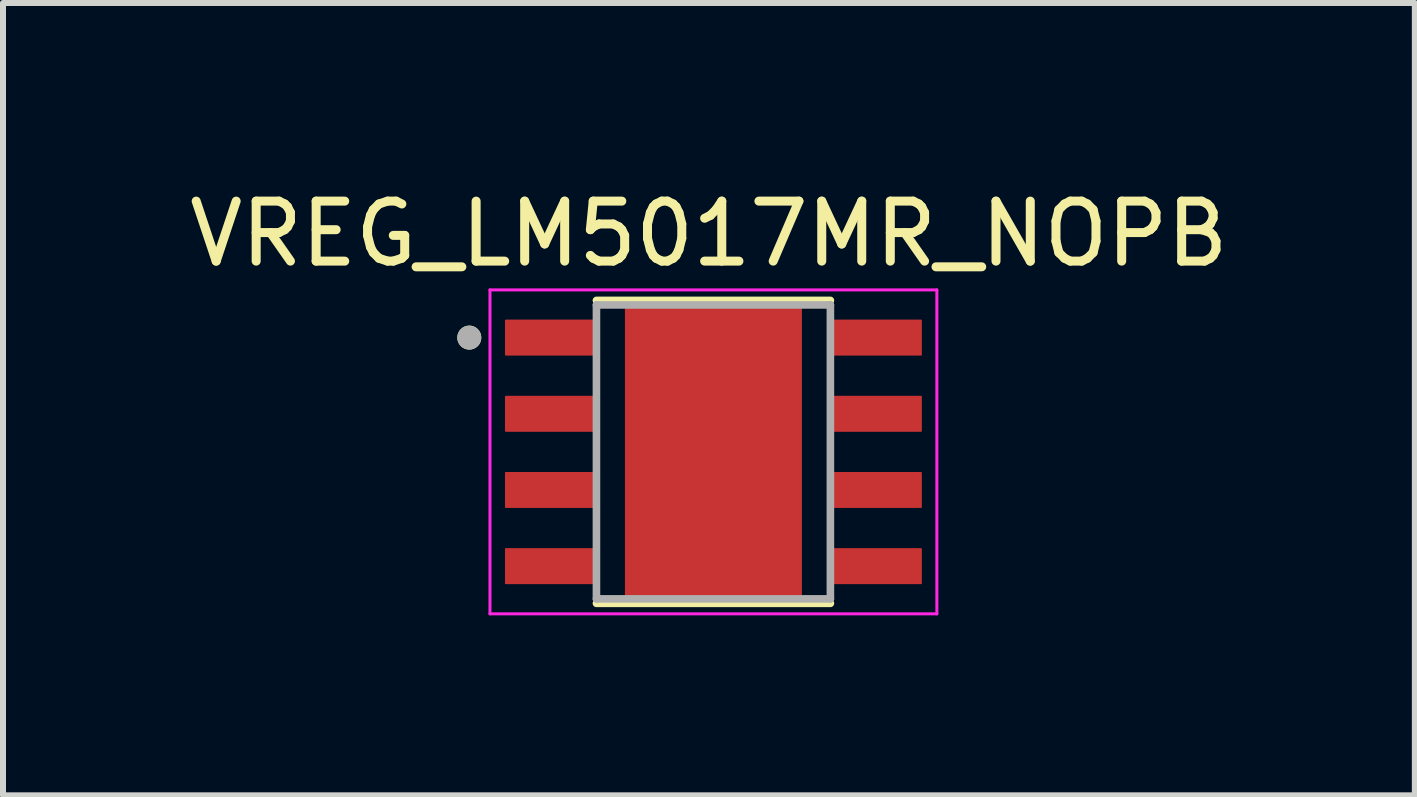
<source format=kicad_pcb>
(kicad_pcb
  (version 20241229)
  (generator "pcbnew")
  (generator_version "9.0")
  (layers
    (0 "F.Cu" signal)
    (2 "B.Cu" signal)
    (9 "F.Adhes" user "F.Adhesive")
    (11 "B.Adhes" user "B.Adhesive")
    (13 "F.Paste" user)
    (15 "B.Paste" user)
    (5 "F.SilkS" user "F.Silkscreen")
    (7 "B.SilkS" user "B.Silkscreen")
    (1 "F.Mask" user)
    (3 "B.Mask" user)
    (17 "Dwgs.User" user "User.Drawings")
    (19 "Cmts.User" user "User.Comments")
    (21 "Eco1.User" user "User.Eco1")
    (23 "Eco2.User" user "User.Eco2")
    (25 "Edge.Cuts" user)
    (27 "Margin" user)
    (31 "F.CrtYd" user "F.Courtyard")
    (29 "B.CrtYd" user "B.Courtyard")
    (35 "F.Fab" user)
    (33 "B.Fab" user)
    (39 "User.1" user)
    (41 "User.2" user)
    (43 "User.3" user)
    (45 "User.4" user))
  (footprint "VREG_LM5017MR_NOPB"
    (layer "F.Cu")
    (at 8.843 4.483)
    (property "Reference" "VREG_LM5017MR_NOPB" (at -0.075 -3.635 0) (layer "F.SilkS") (effects (font (size 1 1) (thickness 0.15))))
    (attr smd)
    (fp_poly (pts (xy -1.355 -1.7) (xy 1.355 -1.7) (xy 1.355 1.7) (xy -1.355 1.7)) (stroke (width 0.01) (type solid)) (fill yes) (layer "F.Mask"))
    (fp_poly (pts (xy -1.905 -1.535) (xy -3.495 -1.535) (xy -3.498 -1.535) (xy -3.5 -1.535) (xy -3.503 -1.536) (xy -3.505 -1.536) (xy -3.508 -1.537) (xy -3.51 -1.537) (xy -3.513 -1.538) (xy -3.515 -1.539) (xy -3.518 -1.54) (xy -3.52 -1.542) (xy -3.522 -1.543) (xy -3.524 -1.545) (xy -3.526 -1.546) (xy -3.528 -1.548) (xy -3.53 -1.55) (xy -3.532 -1.552) (xy -3.534 -1.554) (xy -3.535 -1.556) (xy -3.537 -1.558) (xy -3.538 -1.56) (xy -3.54 -1.562) (xy -3.541 -1.565) (xy -3.542 -1.567) (xy -3.543 -1.57) (xy -3.543 -1.572) (xy -3.544 -1.575) (xy -3.544 -1.577) (xy -3.545 -1.58) (xy -3.545 -1.582) (xy -3.545 -1.585) (xy -3.545 -2.225) (xy -3.545 -2.228) (xy -3.545 -2.23) (xy -3.544 -2.233) (xy -3.544 -2.235) (xy -3.543 -2.238) (xy -3.543 -2.24) (xy -3.542 -2.243) (xy -3.541 -2.245) (xy -3.54 -2.248) (xy -3.538 -2.25) (xy -3.537 -2.252) (xy -3.535 -2.254) (xy -3.534 -2.256) (xy -3.532 -2.258) (xy -3.53 -2.26) (xy -3.528 -2.262) (xy -3.526 -2.264) (xy -3.524 -2.265) (xy -3.522 -2.267) (xy -3.52 -2.268) (xy -3.518 -2.27) (xy -3.515 -2.271) (xy -3.513 -2.272) (xy -3.51 -2.273) (xy -3.508 -2.273) (xy -3.505 -2.274) (xy -3.503 -2.274) (xy -3.5 -2.275) (xy -3.498 -2.275) (xy -3.495 -2.275) (xy -1.905 -2.275) (xy -1.902 -2.275) (xy -1.9 -2.275) (xy -1.897 -2.274) (xy -1.895 -2.274) (xy -1.892 -2.273) (xy -1.89 -2.273) (xy -1.887 -2.272) (xy -1.885 -2.271) (xy -1.882 -2.27) (xy -1.88 -2.268) (xy -1.878 -2.267) (xy -1.876 -2.265) (xy -1.874 -2.264) (xy -1.872 -2.262) (xy -1.87 -2.26) (xy -1.868 -2.258) (xy -1.866 -2.256) (xy -1.865 -2.254) (xy -1.863 -2.252) (xy -1.862 -2.25) (xy -1.86 -2.248) (xy -1.859 -2.245) (xy -1.858 -2.243) (xy -1.857 -2.24) (xy -1.857 -2.238) (xy -1.856 -2.235) (xy -1.856 -2.233) (xy -1.855 -2.23) (xy -1.855 -2.228) (xy -1.855 -2.225) (xy -1.855 -1.585) (xy -1.855 -1.582) (xy -1.855 -1.58) (xy -1.856 -1.577) (xy -1.856 -1.575) (xy -1.857 -1.572) (xy -1.857 -1.57) (xy -1.858 -1.567) (xy -1.859 -1.565) (xy -1.86 -1.562) (xy -1.862 -1.56) (xy -1.863 -1.558) (xy -1.865 -1.556) (xy -1.866 -1.554) (xy -1.868 -1.552) (xy -1.87 -1.55) (xy -1.872 -1.548) (xy -1.874 -1.546) (xy -1.876 -1.545) (xy -1.878 -1.543) (xy -1.88 -1.542) (xy -1.882 -1.54) (xy -1.885 -1.539) (xy -1.887 -1.538) (xy -1.89 -1.537) (xy -1.892 -1.537) (xy -1.895 -1.536) (xy -1.897 -1.536) (xy -1.9 -1.535) (xy -1.902 -1.535) (xy -1.905 -1.535)) (stroke (width 0.01) (type solid)) (fill yes) (layer "F.Mask"))
    (fp_poly (pts (xy -1.905 -0.265) (xy -3.495 -0.265) (xy -3.498 -0.265) (xy -3.5 -0.265) (xy -3.503 -0.266) (xy -3.505 -0.266) (xy -3.508 -0.267) (xy -3.51 -0.267) (xy -3.513 -0.268) (xy -3.515 -0.269) (xy -3.518 -0.27) (xy -3.52 -0.272) (xy -3.522 -0.273) (xy -3.524 -0.275) (xy -3.526 -0.276) (xy -3.528 -0.278) (xy -3.53 -0.28) (xy -3.532 -0.282) (xy -3.534 -0.284) (xy -3.535 -0.286) (xy -3.537 -0.288) (xy -3.538 -0.29) (xy -3.54 -0.292) (xy -3.541 -0.295) (xy -3.542 -0.297) (xy -3.543 -0.3) (xy -3.543 -0.302) (xy -3.544 -0.305) (xy -3.544 -0.307) (xy -3.545 -0.31) (xy -3.545 -0.312) (xy -3.545 -0.315) (xy -3.545 -0.955) (xy -3.545 -0.958) (xy -3.545 -0.96) (xy -3.544 -0.963) (xy -3.544 -0.965) (xy -3.543 -0.968) (xy -3.543 -0.97) (xy -3.542 -0.973) (xy -3.541 -0.975) (xy -3.54 -0.978) (xy -3.538 -0.98) (xy -3.537 -0.982) (xy -3.535 -0.984) (xy -3.534 -0.986) (xy -3.532 -0.988) (xy -3.53 -0.99) (xy -3.528 -0.992) (xy -3.526 -0.994) (xy -3.524 -0.995) (xy -3.522 -0.997) (xy -3.52 -0.998) (xy -3.518 -1) (xy -3.515 -1.001) (xy -3.513 -1.002) (xy -3.51 -1.003) (xy -3.508 -1.003) (xy -3.505 -1.004) (xy -3.503 -1.004) (xy -3.5 -1.005) (xy -3.498 -1.005) (xy -3.495 -1.005) (xy -1.905 -1.005) (xy -1.902 -1.005) (xy -1.9 -1.005) (xy -1.897 -1.004) (xy -1.895 -1.004) (xy -1.892 -1.003) (xy -1.89 -1.003) (xy -1.887 -1.002) (xy -1.885 -1.001) (xy -1.882 -1) (xy -1.88 -0.998) (xy -1.878 -0.997) (xy -1.876 -0.995) (xy -1.874 -0.994) (xy -1.872 -0.992) (xy -1.87 -0.99) (xy -1.868 -0.988) (xy -1.866 -0.986) (xy -1.865 -0.984) (xy -1.863 -0.982) (xy -1.862 -0.98) (xy -1.86 -0.978) (xy -1.859 -0.975) (xy -1.858 -0.973) (xy -1.857 -0.97) (xy -1.857 -0.968) (xy -1.856 -0.965) (xy -1.856 -0.963) (xy -1.855 -0.96) (xy -1.855 -0.958) (xy -1.855 -0.955) (xy -1.855 -0.315) (xy -1.855 -0.312) (xy -1.855 -0.31) (xy -1.856 -0.307) (xy -1.856 -0.305) (xy -1.857 -0.302) (xy -1.857 -0.3) (xy -1.858 -0.297) (xy -1.859 -0.295) (xy -1.86 -0.292) (xy -1.862 -0.29) (xy -1.863 -0.288) (xy -1.865 -0.286) (xy -1.866 -0.284) (xy -1.868 -0.282) (xy -1.87 -0.28) (xy -1.872 -0.278) (xy -1.874 -0.276) (xy -1.876 -0.275) (xy -1.878 -0.273) (xy -1.88 -0.272) (xy -1.882 -0.27) (xy -1.885 -0.269) (xy -1.887 -0.268) (xy -1.89 -0.267) (xy -1.892 -0.267) (xy -1.895 -0.266) (xy -1.897 -0.266) (xy -1.9 -0.265) (xy -1.902 -0.265) (xy -1.905 -0.265)) (stroke (width 0.01) (type solid)) (fill yes) (layer "F.Mask"))
    (fp_poly (pts (xy -1.905 1.005) (xy -3.495 1.005) (xy -3.498 1.005) (xy -3.5 1.005) (xy -3.503 1.004) (xy -3.505 1.004) (xy -3.508 1.003) (xy -3.51 1.003) (xy -3.513 1.002) (xy -3.515 1.001) (xy -3.518 1) (xy -3.52 0.998) (xy -3.522 0.997) (xy -3.524 0.995) (xy -3.526 0.994) (xy -3.528 0.992) (xy -3.53 0.99) (xy -3.532 0.988) (xy -3.534 0.986) (xy -3.535 0.984) (xy -3.537 0.982) (xy -3.538 0.98) (xy -3.54 0.978) (xy -3.541 0.975) (xy -3.542 0.973) (xy -3.543 0.97) (xy -3.543 0.968) (xy -3.544 0.965) (xy -3.544 0.963) (xy -3.545 0.96) (xy -3.545 0.958) (xy -3.545 0.955) (xy -3.545 0.315) (xy -3.545 0.312) (xy -3.545 0.31) (xy -3.544 0.307) (xy -3.544 0.305) (xy -3.543 0.302) (xy -3.543 0.3) (xy -3.542 0.297) (xy -3.541 0.295) (xy -3.54 0.292) (xy -3.538 0.29) (xy -3.537 0.288) (xy -3.535 0.286) (xy -3.534 0.284) (xy -3.532 0.282) (xy -3.53 0.28) (xy -3.528 0.278) (xy -3.526 0.276) (xy -3.524 0.275) (xy -3.522 0.273) (xy -3.52 0.272) (xy -3.518 0.27) (xy -3.515 0.269) (xy -3.513 0.268) (xy -3.51 0.267) (xy -3.508 0.267) (xy -3.505 0.266) (xy -3.503 0.266) (xy -3.5 0.265) (xy -3.498 0.265) (xy -3.495 0.265) (xy -1.905 0.265) (xy -1.902 0.265) (xy -1.9 0.265) (xy -1.897 0.266) (xy -1.895 0.266) (xy -1.892 0.267) (xy -1.89 0.267) (xy -1.887 0.268) (xy -1.885 0.269) (xy -1.882 0.27) (xy -1.88 0.272) (xy -1.878 0.273) (xy -1.876 0.275) (xy -1.874 0.276) (xy -1.872 0.278) (xy -1.87 0.28) (xy -1.868 0.282) (xy -1.866 0.284) (xy -1.865 0.286) (xy -1.863 0.288) (xy -1.862 0.29) (xy -1.86 0.292) (xy -1.859 0.295) (xy -1.858 0.297) (xy -1.857 0.3) (xy -1.857 0.302) (xy -1.856 0.305) (xy -1.856 0.307) (xy -1.855 0.31) (xy -1.855 0.312) (xy -1.855 0.315) (xy -1.855 0.955) (xy -1.855 0.958) (xy -1.855 0.96) (xy -1.856 0.963) (xy -1.856 0.965) (xy -1.857 0.968) (xy -1.857 0.97) (xy -1.858 0.973) (xy -1.859 0.975) (xy -1.86 0.978) (xy -1.862 0.98) (xy -1.863 0.982) (xy -1.865 0.984) (xy -1.866 0.986) (xy -1.868 0.988) (xy -1.87 0.99) (xy -1.872 0.992) (xy -1.874 0.994) (xy -1.876 0.995) (xy -1.878 0.997) (xy -1.88 0.998) (xy -1.882 1) (xy -1.885 1.001) (xy -1.887 1.002) (xy -1.89 1.003) (xy -1.892 1.003) (xy -1.895 1.004) (xy -1.897 1.004) (xy -1.9 1.005) (xy -1.902 1.005) (xy -1.905 1.005)) (stroke (width 0.01) (type solid)) (fill yes) (layer "F.Mask"))
    (fp_poly (pts (xy -1.905 2.275) (xy -3.495 2.275) (xy -3.498 2.275) (xy -3.5 2.275) (xy -3.503 2.274) (xy -3.505 2.274) (xy -3.508 2.273) (xy -3.51 2.273) (xy -3.513 2.272) (xy -3.515 2.271) (xy -3.518 2.27) (xy -3.52 2.268) (xy -3.522 2.267) (xy -3.524 2.265) (xy -3.526 2.264) (xy -3.528 2.262) (xy -3.53 2.26) (xy -3.532 2.258) (xy -3.534 2.256) (xy -3.535 2.254) (xy -3.537 2.252) (xy -3.538 2.25) (xy -3.54 2.248) (xy -3.541 2.245) (xy -3.542 2.243) (xy -3.543 2.24) (xy -3.543 2.238) (xy -3.544 2.235) (xy -3.544 2.233) (xy -3.545 2.23) (xy -3.545 2.228) (xy -3.545 2.225) (xy -3.545 1.585) (xy -3.545 1.582) (xy -3.545 1.58) (xy -3.544 1.577) (xy -3.544 1.575) (xy -3.543 1.572) (xy -3.543 1.57) (xy -3.542 1.567) (xy -3.541 1.565) (xy -3.54 1.562) (xy -3.538 1.56) (xy -3.537 1.558) (xy -3.535 1.556) (xy -3.534 1.554) (xy -3.532 1.552) (xy -3.53 1.55) (xy -3.528 1.548) (xy -3.526 1.546) (xy -3.524 1.545) (xy -3.522 1.543) (xy -3.52 1.542) (xy -3.518 1.54) (xy -3.515 1.539) (xy -3.513 1.538) (xy -3.51 1.537) (xy -3.508 1.537) (xy -3.505 1.536) (xy -3.503 1.536) (xy -3.5 1.535) (xy -3.498 1.535) (xy -3.495 1.535) (xy -1.905 1.535) (xy -1.902 1.535) (xy -1.9 1.535) (xy -1.897 1.536) (xy -1.895 1.536) (xy -1.892 1.537) (xy -1.89 1.537) (xy -1.887 1.538) (xy -1.885 1.539) (xy -1.882 1.54) (xy -1.88 1.542) (xy -1.878 1.543) (xy -1.876 1.545) (xy -1.874 1.546) (xy -1.872 1.548) (xy -1.87 1.55) (xy -1.868 1.552) (xy -1.866 1.554) (xy -1.865 1.556) (xy -1.863 1.558) (xy -1.862 1.56) (xy -1.86 1.562) (xy -1.859 1.565) (xy -1.858 1.567) (xy -1.857 1.57) (xy -1.857 1.572) (xy -1.856 1.575) (xy -1.856 1.577) (xy -1.855 1.58) (xy -1.855 1.582) (xy -1.855 1.585) (xy -1.855 2.225) (xy -1.855 2.228) (xy -1.855 2.23) (xy -1.856 2.233) (xy -1.856 2.235) (xy -1.857 2.238) (xy -1.857 2.24) (xy -1.858 2.243) (xy -1.859 2.245) (xy -1.86 2.248) (xy -1.862 2.25) (xy -1.863 2.252) (xy -1.865 2.254) (xy -1.866 2.256) (xy -1.868 2.258) (xy -1.87 2.26) (xy -1.872 2.262) (xy -1.874 2.264) (xy -1.876 2.265) (xy -1.878 2.267) (xy -1.88 2.268) (xy -1.882 2.27) (xy -1.885 2.271) (xy -1.887 2.272) (xy -1.89 2.273) (xy -1.892 2.273) (xy -1.895 2.274) (xy -1.897 2.274) (xy -1.9 2.275) (xy -1.902 2.275) (xy -1.905 2.275)) (stroke (width 0.01) (type solid)) (fill yes) (layer "F.Mask"))
    (fp_poly (pts (xy 3.495 -1.535) (xy 1.905 -1.535) (xy 1.902 -1.535) (xy 1.9 -1.535) (xy 1.897 -1.536) (xy 1.895 -1.536) (xy 1.892 -1.537) (xy 1.89 -1.537) (xy 1.887 -1.538) (xy 1.885 -1.539) (xy 1.882 -1.54) (xy 1.88 -1.542) (xy 1.878 -1.543) (xy 1.876 -1.545) (xy 1.874 -1.546) (xy 1.872 -1.548) (xy 1.87 -1.55) (xy 1.868 -1.552) (xy 1.866 -1.554) (xy 1.865 -1.556) (xy 1.863 -1.558) (xy 1.862 -1.56) (xy 1.86 -1.562) (xy 1.859 -1.565) (xy 1.858 -1.567) (xy 1.857 -1.57) (xy 1.857 -1.572) (xy 1.856 -1.575) (xy 1.856 -1.577) (xy 1.855 -1.58) (xy 1.855 -1.582) (xy 1.855 -1.585) (xy 1.855 -2.225) (xy 1.855 -2.228) (xy 1.855 -2.23) (xy 1.856 -2.233) (xy 1.856 -2.235) (xy 1.857 -2.238) (xy 1.857 -2.24) (xy 1.858 -2.243) (xy 1.859 -2.245) (xy 1.86 -2.248) (xy 1.862 -2.25) (xy 1.863 -2.252) (xy 1.865 -2.254) (xy 1.866 -2.256) (xy 1.868 -2.258) (xy 1.87 -2.26) (xy 1.872 -2.262) (xy 1.874 -2.264) (xy 1.876 -2.265) (xy 1.878 -2.267) (xy 1.88 -2.268) (xy 1.882 -2.27) (xy 1.885 -2.271) (xy 1.887 -2.272) (xy 1.89 -2.273) (xy 1.892 -2.273) (xy 1.895 -2.274) (xy 1.897 -2.274) (xy 1.9 -2.275) (xy 1.902 -2.275) (xy 1.905 -2.275) (xy 3.495 -2.275) (xy 3.498 -2.275) (xy 3.5 -2.275) (xy 3.503 -2.274) (xy 3.505 -2.274) (xy 3.508 -2.273) (xy 3.51 -2.273) (xy 3.513 -2.272) (xy 3.515 -2.271) (xy 3.518 -2.27) (xy 3.52 -2.268) (xy 3.522 -2.267) (xy 3.524 -2.265) (xy 3.526 -2.264) (xy 3.528 -2.262) (xy 3.53 -2.26) (xy 3.532 -2.258) (xy 3.534 -2.256) (xy 3.535 -2.254) (xy 3.537 -2.252) (xy 3.538 -2.25) (xy 3.54 -2.248) (xy 3.541 -2.245) (xy 3.542 -2.243) (xy 3.543 -2.24) (xy 3.543 -2.238) (xy 3.544 -2.235) (xy 3.544 -2.233) (xy 3.545 -2.23) (xy 3.545 -2.228) (xy 3.545 -2.225) (xy 3.545 -1.585) (xy 3.545 -1.582) (xy 3.545 -1.58) (xy 3.544 -1.577) (xy 3.544 -1.575) (xy 3.543 -1.572) (xy 3.543 -1.57) (xy 3.542 -1.567) (xy 3.541 -1.565) (xy 3.54 -1.562) (xy 3.538 -1.56) (xy 3.537 -1.558) (xy 3.535 -1.556) (xy 3.534 -1.554) (xy 3.532 -1.552) (xy 3.53 -1.55) (xy 3.528 -1.548) (xy 3.526 -1.546) (xy 3.524 -1.545) (xy 3.522 -1.543) (xy 3.52 -1.542) (xy 3.518 -1.54) (xy 3.515 -1.539) (xy 3.513 -1.538) (xy 3.51 -1.537) (xy 3.508 -1.537) (xy 3.505 -1.536) (xy 3.503 -1.536) (xy 3.5 -1.535) (xy 3.498 -1.535) (xy 3.495 -1.535)) (stroke (width 0.01) (type solid)) (fill yes) (layer "F.Mask"))
    (fp_poly (pts (xy 3.495 -0.265) (xy 1.905 -0.265) (xy 1.902 -0.265) (xy 1.9 -0.265) (xy 1.897 -0.266) (xy 1.895 -0.266) (xy 1.892 -0.267) (xy 1.89 -0.267) (xy 1.887 -0.268) (xy 1.885 -0.269) (xy 1.882 -0.27) (xy 1.88 -0.272) (xy 1.878 -0.273) (xy 1.876 -0.275) (xy 1.874 -0.276) (xy 1.872 -0.278) (xy 1.87 -0.28) (xy 1.868 -0.282) (xy 1.866 -0.284) (xy 1.865 -0.286) (xy 1.863 -0.288) (xy 1.862 -0.29) (xy 1.86 -0.292) (xy 1.859 -0.295) (xy 1.858 -0.297) (xy 1.857 -0.3) (xy 1.857 -0.302) (xy 1.856 -0.305) (xy 1.856 -0.307) (xy 1.855 -0.31) (xy 1.855 -0.312) (xy 1.855 -0.315) (xy 1.855 -0.955) (xy 1.855 -0.958) (xy 1.855 -0.96) (xy 1.856 -0.963) (xy 1.856 -0.965) (xy 1.857 -0.968) (xy 1.857 -0.97) (xy 1.858 -0.973) (xy 1.859 -0.975) (xy 1.86 -0.978) (xy 1.862 -0.98) (xy 1.863 -0.982) (xy 1.865 -0.984) (xy 1.866 -0.986) (xy 1.868 -0.988) (xy 1.87 -0.99) (xy 1.872 -0.992) (xy 1.874 -0.994) (xy 1.876 -0.995) (xy 1.878 -0.997) (xy 1.88 -0.998) (xy 1.882 -1) (xy 1.885 -1.001) (xy 1.887 -1.002) (xy 1.89 -1.003) (xy 1.892 -1.003) (xy 1.895 -1.004) (xy 1.897 -1.004) (xy 1.9 -1.005) (xy 1.902 -1.005) (xy 1.905 -1.005) (xy 3.495 -1.005) (xy 3.498 -1.005) (xy 3.5 -1.005) (xy 3.503 -1.004) (xy 3.505 -1.004) (xy 3.508 -1.003) (xy 3.51 -1.003) (xy 3.513 -1.002) (xy 3.515 -1.001) (xy 3.518 -1) (xy 3.52 -0.998) (xy 3.522 -0.997) (xy 3.524 -0.995) (xy 3.526 -0.994) (xy 3.528 -0.992) (xy 3.53 -0.99) (xy 3.532 -0.988) (xy 3.534 -0.986) (xy 3.535 -0.984) (xy 3.537 -0.982) (xy 3.538 -0.98) (xy 3.54 -0.978) (xy 3.541 -0.975) (xy 3.542 -0.973) (xy 3.543 -0.97) (xy 3.543 -0.968) (xy 3.544 -0.965) (xy 3.544 -0.963) (xy 3.545 -0.96) (xy 3.545 -0.958) (xy 3.545 -0.955) (xy 3.545 -0.315) (xy 3.545 -0.312) (xy 3.545 -0.31) (xy 3.544 -0.307) (xy 3.544 -0.305) (xy 3.543 -0.302) (xy 3.543 -0.3) (xy 3.542 -0.297) (xy 3.541 -0.295) (xy 3.54 -0.292) (xy 3.538 -0.29) (xy 3.537 -0.288) (xy 3.535 -0.286) (xy 3.534 -0.284) (xy 3.532 -0.282) (xy 3.53 -0.28) (xy 3.528 -0.278) (xy 3.526 -0.276) (xy 3.524 -0.275) (xy 3.522 -0.273) (xy 3.52 -0.272) (xy 3.518 -0.27) (xy 3.515 -0.269) (xy 3.513 -0.268) (xy 3.51 -0.267) (xy 3.508 -0.267) (xy 3.505 -0.266) (xy 3.503 -0.266) (xy 3.5 -0.265) (xy 3.498 -0.265) (xy 3.495 -0.265)) (stroke (width 0.01) (type solid)) (fill yes) (layer "F.Mask"))
    (fp_poly (pts (xy 3.495 1.005) (xy 1.905 1.005) (xy 1.902 1.005) (xy 1.9 1.005) (xy 1.897 1.004) (xy 1.895 1.004) (xy 1.892 1.003) (xy 1.89 1.003) (xy 1.887 1.002) (xy 1.885 1.001) (xy 1.882 1) (xy 1.88 0.998) (xy 1.878 0.997) (xy 1.876 0.995) (xy 1.874 0.994) (xy 1.872 0.992) (xy 1.87 0.99) (xy 1.868 0.988) (xy 1.866 0.986) (xy 1.865 0.984) (xy 1.863 0.982) (xy 1.862 0.98) (xy 1.86 0.978) (xy 1.859 0.975) (xy 1.858 0.973) (xy 1.857 0.97) (xy 1.857 0.968) (xy 1.856 0.965) (xy 1.856 0.963) (xy 1.855 0.96) (xy 1.855 0.958) (xy 1.855 0.955) (xy 1.855 0.315) (xy 1.855 0.312) (xy 1.855 0.31) (xy 1.856 0.307) (xy 1.856 0.305) (xy 1.857 0.302) (xy 1.857 0.3) (xy 1.858 0.297) (xy 1.859 0.295) (xy 1.86 0.292) (xy 1.862 0.29) (xy 1.863 0.288) (xy 1.865 0.286) (xy 1.866 0.284) (xy 1.868 0.282) (xy 1.87 0.28) (xy 1.872 0.278) (xy 1.874 0.276) (xy 1.876 0.275) (xy 1.878 0.273) (xy 1.88 0.272) (xy 1.882 0.27) (xy 1.885 0.269) (xy 1.887 0.268) (xy 1.89 0.267) (xy 1.892 0.267) (xy 1.895 0.266) (xy 1.897 0.266) (xy 1.9 0.265) (xy 1.902 0.265) (xy 1.905 0.265) (xy 3.495 0.265) (xy 3.498 0.265) (xy 3.5 0.265) (xy 3.503 0.266) (xy 3.505 0.266) (xy 3.508 0.267) (xy 3.51 0.267) (xy 3.513 0.268) (xy 3.515 0.269) (xy 3.518 0.27) (xy 3.52 0.272) (xy 3.522 0.273) (xy 3.524 0.275) (xy 3.526 0.276) (xy 3.528 0.278) (xy 3.53 0.28) (xy 3.532 0.282) (xy 3.534 0.284) (xy 3.535 0.286) (xy 3.537 0.288) (xy 3.538 0.29) (xy 3.54 0.292) (xy 3.541 0.295) (xy 3.542 0.297) (xy 3.543 0.3) (xy 3.543 0.302) (xy 3.544 0.305) (xy 3.544 0.307) (xy 3.545 0.31) (xy 3.545 0.312) (xy 3.545 0.315) (xy 3.545 0.955) (xy 3.545 0.958) (xy 3.545 0.96) (xy 3.544 0.963) (xy 3.544 0.965) (xy 3.543 0.968) (xy 3.543 0.97) (xy 3.542 0.973) (xy 3.541 0.975) (xy 3.54 0.978) (xy 3.538 0.98) (xy 3.537 0.982) (xy 3.535 0.984) (xy 3.534 0.986) (xy 3.532 0.988) (xy 3.53 0.99) (xy 3.528 0.992) (xy 3.526 0.994) (xy 3.524 0.995) (xy 3.522 0.997) (xy 3.52 0.998) (xy 3.518 1) (xy 3.515 1.001) (xy 3.513 1.002) (xy 3.51 1.003) (xy 3.508 1.003) (xy 3.505 1.004) (xy 3.503 1.004) (xy 3.5 1.005) (xy 3.498 1.005) (xy 3.495 1.005)) (stroke (width 0.01) (type solid)) (fill yes) (layer "F.Mask"))
    (fp_poly (pts (xy 3.495 2.275) (xy 1.905 2.275) (xy 1.902 2.275) (xy 1.9 2.275) (xy 1.897 2.274) (xy 1.895 2.274) (xy 1.892 2.273) (xy 1.89 2.273) (xy 1.887 2.272) (xy 1.885 2.271) (xy 1.882 2.27) (xy 1.88 2.268) (xy 1.878 2.267) (xy 1.876 2.265) (xy 1.874 2.264) (xy 1.872 2.262) (xy 1.87 2.26) (xy 1.868 2.258) (xy 1.866 2.256) (xy 1.865 2.254) (xy 1.863 2.252) (xy 1.862 2.25) (xy 1.86 2.248) (xy 1.859 2.245) (xy 1.858 2.243) (xy 1.857 2.24) (xy 1.857 2.238) (xy 1.856 2.235) (xy 1.856 2.233) (xy 1.855 2.23) (xy 1.855 2.228) (xy 1.855 2.225) (xy 1.855 1.585) (xy 1.855 1.582) (xy 1.855 1.58) (xy 1.856 1.577) (xy 1.856 1.575) (xy 1.857 1.572) (xy 1.857 1.57) (xy 1.858 1.567) (xy 1.859 1.565) (xy 1.86 1.562) (xy 1.862 1.56) (xy 1.863 1.558) (xy 1.865 1.556) (xy 1.866 1.554) (xy 1.868 1.552) (xy 1.87 1.55) (xy 1.872 1.548) (xy 1.874 1.546) (xy 1.876 1.545) (xy 1.878 1.543) (xy 1.88 1.542) (xy 1.882 1.54) (xy 1.885 1.539) (xy 1.887 1.538) (xy 1.89 1.537) (xy 1.892 1.537) (xy 1.895 1.536) (xy 1.897 1.536) (xy 1.9 1.535) (xy 1.902 1.535) (xy 1.905 1.535) (xy 3.495 1.535) (xy 3.498 1.535) (xy 3.5 1.535) (xy 3.503 1.536) (xy 3.505 1.536) (xy 3.508 1.537) (xy 3.51 1.537) (xy 3.513 1.538) (xy 3.515 1.539) (xy 3.518 1.54) (xy 3.52 1.542) (xy 3.522 1.543) (xy 3.524 1.545) (xy 3.526 1.546) (xy 3.528 1.548) (xy 3.53 1.55) (xy 3.532 1.552) (xy 3.534 1.554) (xy 3.535 1.556) (xy 3.537 1.558) (xy 3.538 1.56) (xy 3.54 1.562) (xy 3.541 1.565) (xy 3.542 1.567) (xy 3.543 1.57) (xy 3.543 1.572) (xy 3.544 1.575) (xy 3.544 1.577) (xy 3.545 1.58) (xy 3.545 1.582) (xy 3.545 1.585) (xy 3.545 2.225) (xy 3.545 2.228) (xy 3.545 2.23) (xy 3.544 2.233) (xy 3.544 2.235) (xy 3.543 2.238) (xy 3.543 2.24) (xy 3.542 2.243) (xy 3.541 2.245) (xy 3.54 2.248) (xy 3.538 2.25) (xy 3.537 2.252) (xy 3.535 2.254) (xy 3.534 2.256) (xy 3.532 2.258) (xy 3.53 2.26) (xy 3.528 2.262) (xy 3.526 2.264) (xy 3.524 2.265) (xy 3.522 2.267) (xy 3.52 2.268) (xy 3.518 2.27) (xy 3.515 2.271) (xy 3.513 2.272) (xy 3.51 2.273) (xy 3.508 2.273) (xy 3.505 2.274) (xy 3.503 2.274) (xy 3.5 2.275) (xy 3.498 2.275) (xy 3.495 2.275)) (stroke (width 0.01) (type solid)) (fill yes) (layer "F.Mask"))
    (fp_line (start -1.95 -2.525) (end 1.95 -2.525) (stroke (width 0.127) (type solid)) (layer "F.SilkS"))
    (fp_line (start -1.95 2.525) (end 1.95 2.525) (stroke (width 0.127) (type solid)) (layer "F.SilkS"))
    (fp_circle (center -4.07 -1.905) (end -3.97 -1.905) (stroke (width 0.2) (type solid)) (fill no) (layer "F.SilkS"))
    (fp_poly (pts (xy -1.355 -1.7) (xy 1.355 -1.7) (xy 1.355 1.7) (xy -1.355 1.7)) (stroke (width 0.01) (type solid)) (fill yes) (layer "F.Paste"))
    (fp_line (start -3.725 -2.7) (end -3.725 2.7) (stroke (width 0.05) (type solid)) (layer "F.CrtYd"))
    (fp_line (start -3.725 -2.7) (end 3.725 -2.7) (stroke (width 0.05) (type solid)) (layer "F.CrtYd"))
    (fp_line (start -3.725 2.7) (end 3.725 2.7) (stroke (width 0.05) (type solid)) (layer "F.CrtYd"))
    (fp_line (start 3.725 -2.7) (end 3.725 2.7) (stroke (width 0.05) (type solid)) (layer "F.CrtYd"))
    (fp_line (start -1.95 -2.45) (end -1.95 2.45) (stroke (width 0.127) (type solid)) (layer "F.Fab"))
    (fp_line (start -1.95 -2.45) (end 1.95 -2.45) (stroke (width 0.127) (type solid)) (layer "F.Fab"))
    (fp_line (start -1.95 2.45) (end 1.95 2.45) (stroke (width 0.127) (type solid)) (layer "F.Fab"))
    (fp_line (start 1.95 -2.45) (end 1.95 2.45) (stroke (width 0.127) (type solid)) (layer "F.Fab"))
    (fp_circle (center -4.07 -1.905) (end -3.97 -1.905) (stroke (width 0.2) (type solid)) (fill no) (layer "F.Fab"))
    (pad "1" smd roundrect (at -2.7 -1.905) (size 1.55 0.6) (layers "F.Cu" "F.Paste") (roundrect_rratio 0.025))
    (pad "2" smd roundrect (at -2.7 -0.635) (size 1.55 0.6) (layers "F.Cu" "F.Paste") (roundrect_rratio 0.025))
    (pad "3" smd roundrect (at -2.7 0.635) (size 1.55 0.6) (layers "F.Cu" "F.Paste") (roundrect_rratio 0.025))
    (pad "4" smd roundrect (at -2.7 1.905) (size 1.55 0.6) (layers "F.Cu" "F.Paste") (roundrect_rratio 0.025))
    (pad "5" smd roundrect (at 2.7 1.905) (size 1.55 0.6) (layers "F.Cu" "F.Paste") (roundrect_rratio 0.025))
    (pad "6" smd roundrect (at 2.7 0.635) (size 1.55 0.6) (layers "F.Cu" "F.Paste") (roundrect_rratio 0.025))
    (pad "7" smd roundrect (at 2.7 -0.635) (size 1.55 0.6) (layers "F.Cu" "F.Paste") (roundrect_rratio 0.025))
    (pad "8" smd roundrect (at 2.7 -1.905) (size 1.55 0.6) (layers "F.Cu" "F.Paste") (roundrect_rratio 0.025))
    (pad "9" smd rect (at 0 0) (size 2.95 4.9) (layers "F.Cu")))
  (gr_rect
    (start -3 -3)
    (end 20.536 10.208)
    (stroke (width 0.1) (type default))
    (fill no)
    (layer "Edge.Cuts")))
</source>
